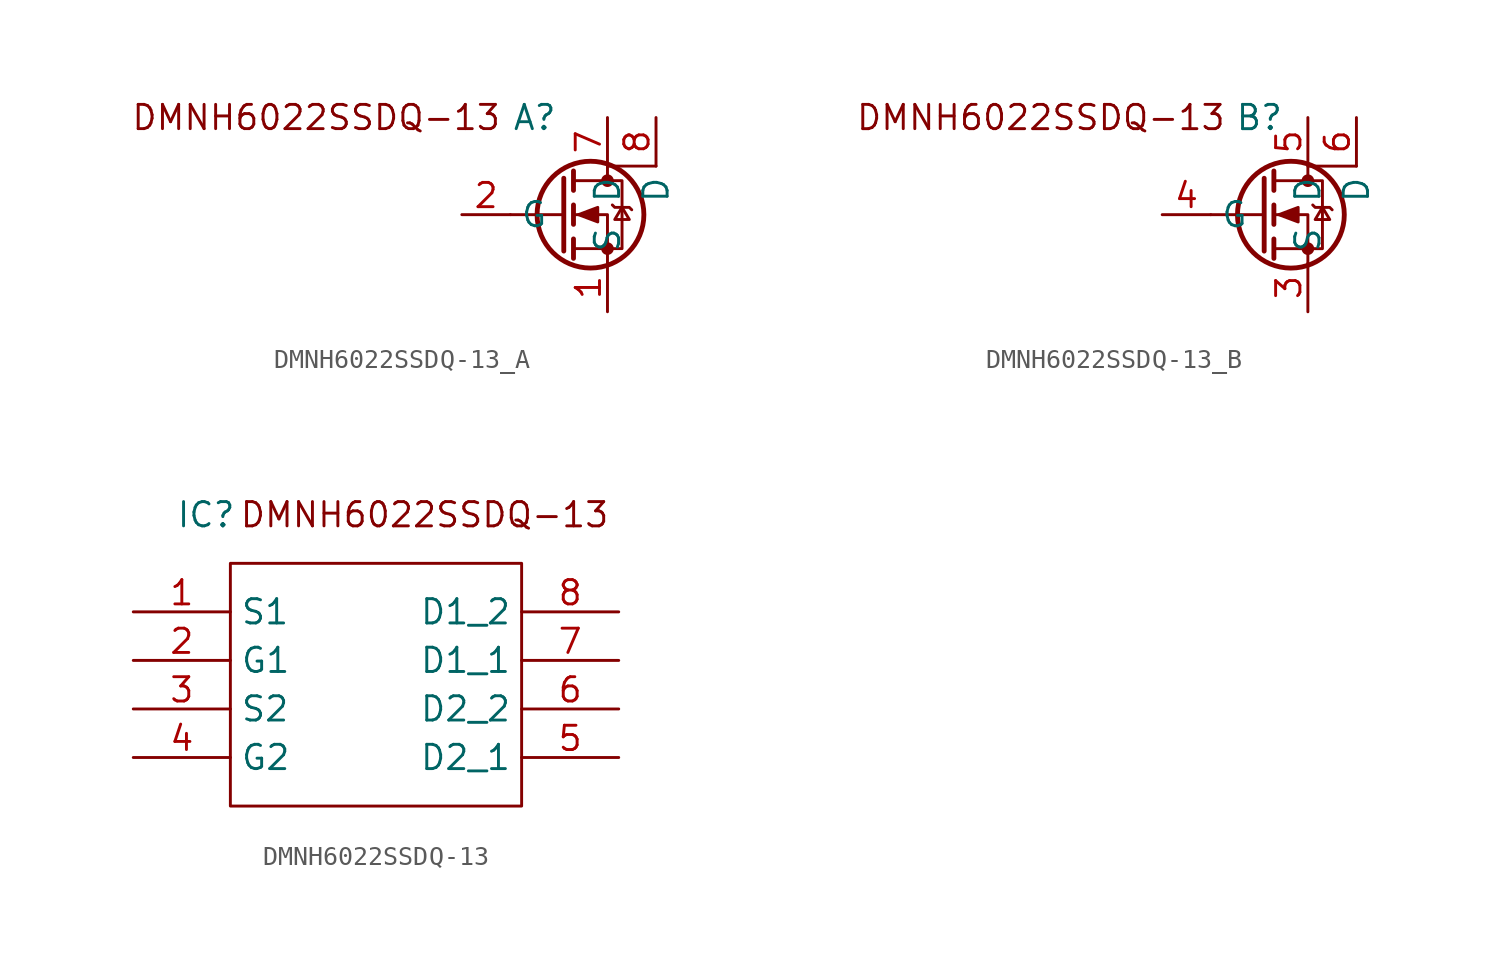
<source format=kicad_sym>
(kicad_symbol_lib
  (version 20220914)
  (generator kicad_symbol_editor)
  (symbol "DMNH6022SSDQ-13_A"
    (property "Reference" "A"
      (at -2.54 5.08 0)
      (effects (font (size 1.27 1.27))))
    (property "Value" ""
      (at -2.54 0 0)
      (effects (font (size 1.27 1.27))))
    (symbol "DMNH6022SSDQ-13_A_0_1"
      (polyline (pts (xy -1.016 0) (xy -3.81 0)) (stroke (width 0) (type default)) (fill (type none)))
      (polyline (pts (xy -1.016 1.905) (xy -1.016 -1.905)) (stroke (width 0.254) (type default)) (fill (type none)))
      (polyline (pts (xy -0.508 -1.27) (xy -0.508 -2.286)) (stroke (width 0.254) (type default)) (fill (type none)))
      (polyline (pts (xy -0.508 0.508) (xy -0.508 -0.508)) (stroke (width 0.254) (type default)) (fill (type none)))
      (polyline (pts (xy -0.508 2.286) (xy -0.508 1.27)) (stroke (width 0.254) (type default)) (fill (type none)))
      (polyline (pts (xy 1.27 -2.54) (xy 1.27 0) (xy -0.508 0)) (stroke (width 0) (type default)) (fill (type none)))
      (polyline (pts (xy 3.81 2.54) (xy 1.27 2.54) (xy 1.27 1.778)) (stroke (width 0) (type default)) (fill (type none)))
      (polyline (pts (xy -0.508 -1.778) (xy 2.032 -1.778) (xy 2.032 1.778) (xy -0.508 1.778)) (stroke (width 0) (type default)) (fill (type none)))
      (polyline (pts (xy -0.254 0) (xy 0.762 0.381) (xy 0.762 -0.381) (xy -0.254 0)) (stroke (width 0) (type default)) (fill (type outline)))
      (polyline (pts (xy 1.524 0.508) (xy 1.651 0.381) (xy 2.413 0.381) (xy 2.54 0.254)) (stroke (width 0) (type default)) (fill (type none)))
      (polyline (pts (xy 2.032 0.381) (xy 1.651 -0.254) (xy 2.413 -0.254) (xy 2.032 0.381)) (stroke (width 0) (type default)) (fill (type none)))
      (circle (center 0.381 0) (radius 2.794) (stroke (width 0.254) (type default)) (fill (type none)))
      (circle (center 1.27 -1.778) (radius 0.254) (stroke (width 0) (type default)) (fill (type outline)))
      (circle (center 1.27 1.778) (radius 0.254) (stroke (width 0) (type default)) (fill (type outline))))
    (symbol "DMNH6022SSDQ-13_A_1_1"
      (text "DMNH6022SSDQ-13" (at -13.97 5.08 0) (effects (font (size 1.27 1.27))))
      (pin passive line (at 1.27 -5.08 90) (length 2.54) (name "S" (effects (font (size 1.27 1.27)))) (number "1" (effects (font (size 1.27 1.27)))))
      (pin input line (at -6.35 0 0) (length 2.54) (name "G" (effects (font (size 1.27 1.27)))) (number "2" (effects (font (size 1.27 1.27)))))
      (pin passive line (at 1.27 5.08 270) (length 2.54) (name "D" (effects (font (size 1.27 1.27)))) (number "7" (effects (font (size 1.27 1.27)))))
      (pin passive line (at 3.81 5.08 270) (length 2.54) (name "D" (effects (font (size 1.27 1.27)))) (number "8" (effects (font (size 1.27 1.27)))))))
  (symbol "DMNH6022SSDQ-13_B"
    (property "Reference" "B"
      (at -1.27 5.08 0)
      (effects (font (size 1.27 1.27))))
    (property "Value" ""
      (at -3.81 0 0)
      (effects (font (size 1.27 1.27))))
    (symbol "DMNH6022SSDQ-13_B_0_1"
      (polyline (pts (xy -1.016 0) (xy -3.81 0)) (stroke (width 0) (type default)) (fill (type none)))
      (polyline (pts (xy -1.016 1.905) (xy -1.016 -1.905)) (stroke (width 0.254) (type default)) (fill (type none)))
      (polyline (pts (xy -0.508 -1.27) (xy -0.508 -2.286)) (stroke (width 0.254) (type default)) (fill (type none)))
      (polyline (pts (xy -0.508 0.508) (xy -0.508 -0.508)) (stroke (width 0.254) (type default)) (fill (type none)))
      (polyline (pts (xy -0.508 2.286) (xy -0.508 1.27)) (stroke (width 0.254) (type default)) (fill (type none)))
      (polyline (pts (xy 1.27 -2.54) (xy 1.27 0) (xy -0.508 0)) (stroke (width 0) (type default)) (fill (type none)))
      (polyline (pts (xy 3.81 2.54) (xy 1.27 2.54) (xy 1.27 1.778)) (stroke (width 0) (type default)) (fill (type none)))
      (polyline (pts (xy -0.508 -1.778) (xy 2.032 -1.778) (xy 2.032 1.778) (xy -0.508 1.778)) (stroke (width 0) (type default)) (fill (type none)))
      (polyline (pts (xy -0.254 0) (xy 0.762 0.381) (xy 0.762 -0.381) (xy -0.254 0)) (stroke (width 0) (type default)) (fill (type outline)))
      (polyline (pts (xy 1.524 0.508) (xy 1.651 0.381) (xy 2.413 0.381) (xy 2.54 0.254)) (stroke (width 0) (type default)) (fill (type none)))
      (polyline (pts (xy 2.032 0.381) (xy 1.651 -0.254) (xy 2.413 -0.254) (xy 2.032 0.381)) (stroke (width 0) (type default)) (fill (type none)))
      (circle (center 0.381 0) (radius 2.794) (stroke (width 0.254) (type default)) (fill (type none)))
      (circle (center 1.27 -1.778) (radius 0.254) (stroke (width 0) (type default)) (fill (type outline)))
      (circle (center 1.27 1.778) (radius 0.254) (stroke (width 0) (type default)) (fill (type outline))))
    (symbol "DMNH6022SSDQ-13_B_1_1"
      (text "DMNH6022SSDQ-13" (at -12.7 5.08 0) (effects (font (size 1.27 1.27))))
      (pin passive line (at 1.27 -5.08 90) (length 2.54) (name "S" (effects (font (size 1.27 1.27)))) (number "3" (effects (font (size 1.27 1.27)))))
      (pin input line (at -6.35 0 0) (length 2.54) (name "G" (effects (font (size 1.27 1.27)))) (number "4" (effects (font (size 1.27 1.27)))))
      (pin passive line (at 1.27 5.08 270) (length 2.54) (name "D" (effects (font (size 1.27 1.27)))) (number "5" (effects (font (size 1.27 1.27)))))
      (pin passive line (at 3.81 5.08 270) (length 2.54) (name "D" (effects (font (size 1.27 1.27)))) (number "6" (effects (font (size 1.27 1.27)))))))
  (symbol "DMNH6022SSDQ-13"
    (property "Reference" "IC"
      (at -7.62 8.89 0)
      (effects (font (size 1.27 1.27))))
    (property "Value" ""
      (at -10.16 -3.81 0)
      (effects (font (size 1.27 1.27))))
    (symbol "DMNH6022SSDQ-13_0_0"
      (pin passive line (at -11.43 3.81 0) (length 5.08) (name "S1" (effects (font (size 1.27 1.27)))) (number "1" (effects (font (size 1.27 1.27)))))
      (pin passive line (at -11.43 1.27 0) (length 5.08) (name "G1" (effects (font (size 1.27 1.27)))) (number "2" (effects (font (size 1.27 1.27)))))
      (pin passive line (at -11.43 -1.27 0) (length 5.08) (name "S2" (effects (font (size 1.27 1.27)))) (number "3" (effects (font (size 1.27 1.27)))))
      (pin passive line (at -11.43 -3.81 0) (length 5.08) (name "G2" (effects (font (size 1.27 1.27)))) (number "4" (effects (font (size 1.27 1.27)))))
      (pin passive line (at 13.97 -3.81 180) (length 5.08) (name "D2_1" (effects (font (size 1.27 1.27)))) (number "5" (effects (font (size 1.27 1.27)))))
      (pin passive line (at 13.97 -1.27 180) (length 5.08) (name "D2_2" (effects (font (size 1.27 1.27)))) (number "6" (effects (font (size 1.27 1.27)))))
      (pin passive line (at 13.97 1.27 180) (length 5.08) (name "D1_1" (effects (font (size 1.27 1.27)))) (number "7" (effects (font (size 1.27 1.27)))))
      (pin passive line (at 13.97 3.81 180) (length 5.08) (name "D1_2" (effects (font (size 1.27 1.27)))) (number "8" (effects (font (size 1.27 1.27))))))
    (symbol "DMNH6022SSDQ-13_0_1"
      (polyline (pts (xy -6.35 6.35) (xy 8.89 6.35) (xy 8.89 -6.35) (xy -6.35 -6.35) (xy -6.35 6.35)) (stroke (width 0.152) (type solid)) (fill (type none))))
    (symbol "DMNH6022SSDQ-13_1_1"
      (text "DMNH6022SSDQ-13" (at 3.81 8.89 0) (effects (font (size 1.27 1.27)))))))
</source>
